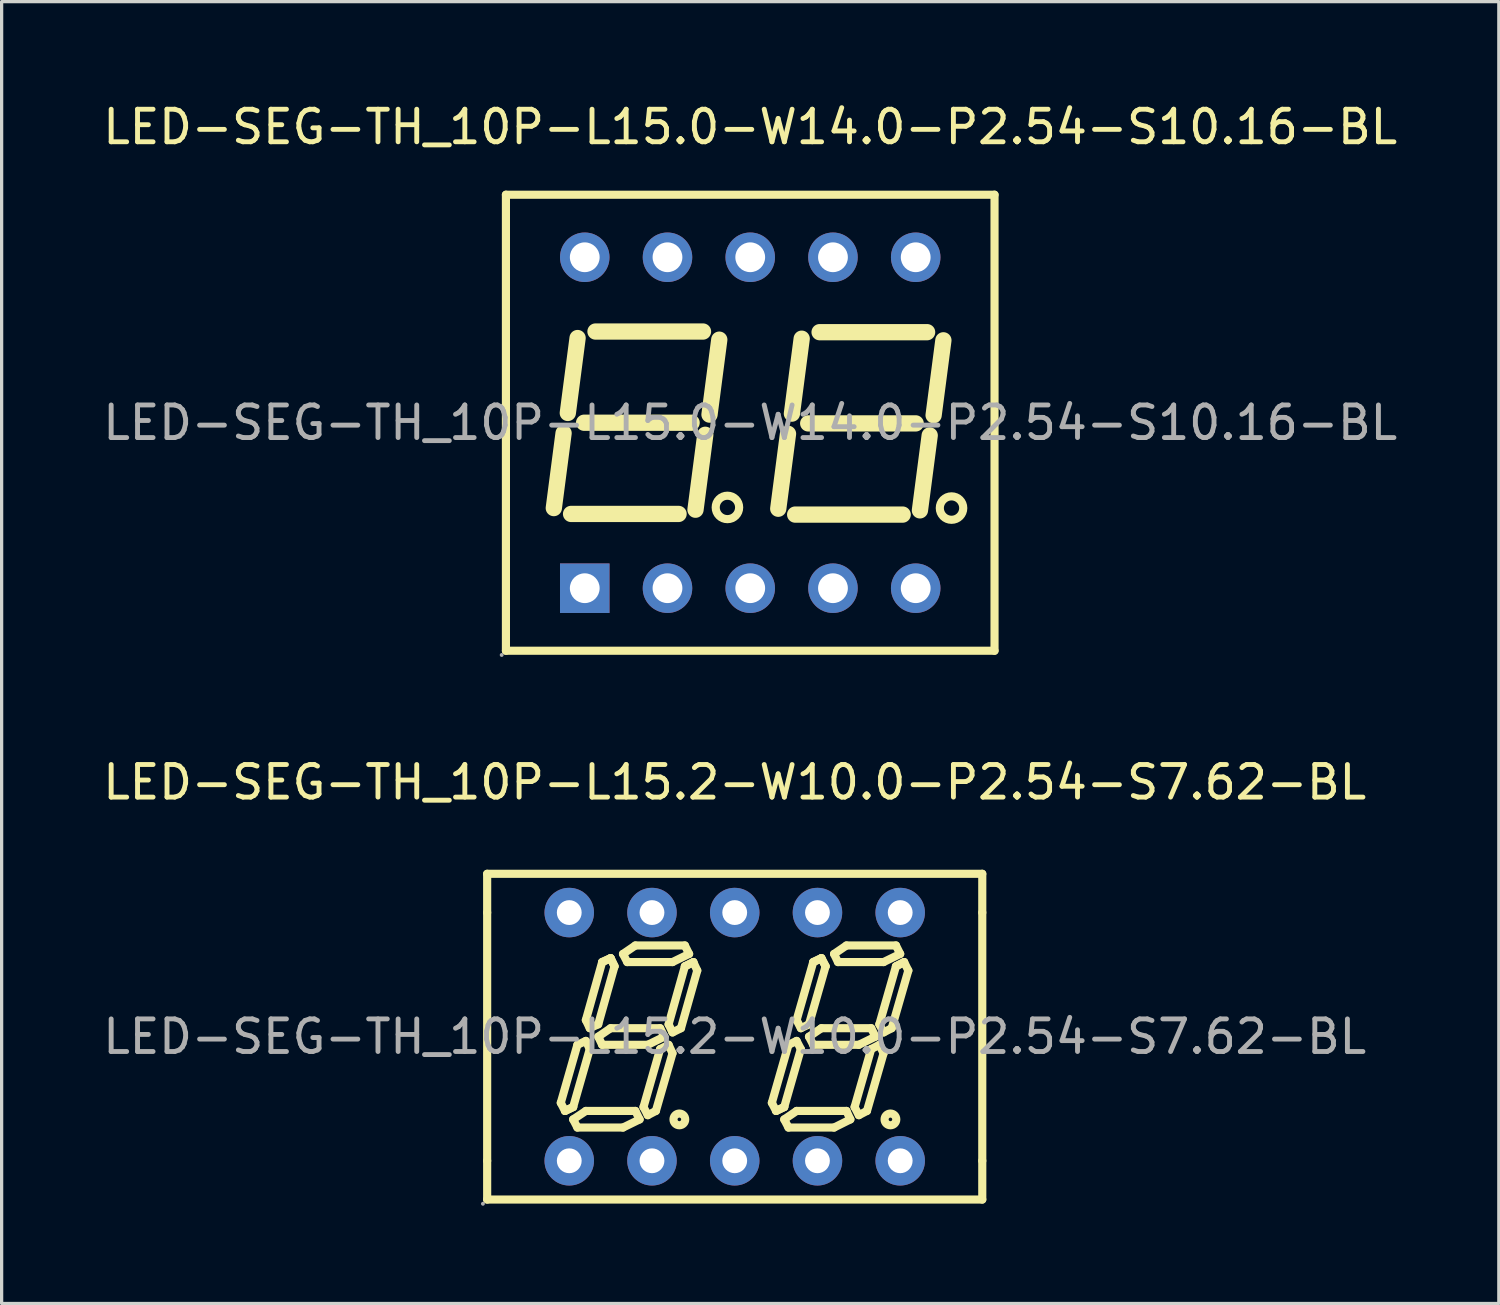
<source format=kicad_pcb>
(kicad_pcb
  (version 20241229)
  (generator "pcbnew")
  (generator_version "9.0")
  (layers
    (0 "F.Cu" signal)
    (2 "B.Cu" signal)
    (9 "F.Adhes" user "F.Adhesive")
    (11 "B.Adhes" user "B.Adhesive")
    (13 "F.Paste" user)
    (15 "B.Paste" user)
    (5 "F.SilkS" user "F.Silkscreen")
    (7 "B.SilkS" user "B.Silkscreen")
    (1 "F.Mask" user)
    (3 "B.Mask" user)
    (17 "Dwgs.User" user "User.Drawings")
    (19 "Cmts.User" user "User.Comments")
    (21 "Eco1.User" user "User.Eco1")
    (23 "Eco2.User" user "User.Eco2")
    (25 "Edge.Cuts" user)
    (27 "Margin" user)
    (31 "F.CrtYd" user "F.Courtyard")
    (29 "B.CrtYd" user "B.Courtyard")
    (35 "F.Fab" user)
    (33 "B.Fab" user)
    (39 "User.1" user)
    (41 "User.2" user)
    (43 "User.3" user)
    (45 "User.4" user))
  (footprint "LED-SEG-TH_10P-L15.0-W14.0-P2.54-S10.16-BL"
    (layer "F.Cu")
    (at 19.982 9.928)
    (property "Reference" "LED-SEG-TH_10P-L15.0-W14.0-P2.54-S10.16-BL" (at 0 -9.08 0) (layer "F.SilkS") (effects (font (size 1 1) (thickness 0.15))))
    (attr through_hole)
    (fp_line (start -7.5 -7) (end 7.5 -7) (stroke (width 0.25) (type solid)) (layer "F.SilkS"))
    (fp_line (start -7.5 7) (end -7.5 -7) (stroke (width 0.25) (type solid)) (layer "F.SilkS"))
    (fp_line (start -5.73 0.32) (end -6.03 2.62) (stroke (width 0.5) (type solid)) (layer "F.SilkS"))
    (fp_line (start -5.5 2.8) (end -2.2 2.8) (stroke (width 0.5) (type solid)) (layer "F.SilkS"))
    (fp_line (start -5.3 -2.6) (end -5.6 -0.3) (stroke (width 0.5) (type solid)) (layer "F.SilkS"))
    (fp_line (start -5.1 0) (end -1.8 0) (stroke (width 0.5) (type solid)) (layer "F.SilkS"))
    (fp_line (start -4.75 -2.8) (end -1.45 -2.8) (stroke (width 0.5) (type solid)) (layer "F.SilkS"))
    (fp_line (start -1.38 0.37) (end -1.68 2.67) (stroke (width 0.5) (type solid)) (layer "F.SilkS"))
    (fp_line (start -0.95 -2.55) (end -1.25 -0.25) (stroke (width 0.5) (type solid)) (layer "F.SilkS"))
    (fp_line (start 1.16 0.34) (end 0.86 2.64) (stroke (width 0.5) (type solid)) (layer "F.SilkS"))
    (fp_line (start 1.38 2.82) (end 4.68 2.82) (stroke (width 0.5) (type solid)) (layer "F.SilkS"))
    (fp_line (start 1.58 -2.58) (end 1.28 -0.28) (stroke (width 0.5) (type solid)) (layer "F.SilkS"))
    (fp_line (start 1.78 0.02) (end 5.08 0.02) (stroke (width 0.5) (type solid)) (layer "F.SilkS"))
    (fp_line (start 2.13 -2.78) (end 5.43 -2.78) (stroke (width 0.5) (type solid)) (layer "F.SilkS"))
    (fp_line (start 5.51 0.39) (end 5.21 2.69) (stroke (width 0.5) (type solid)) (layer "F.SilkS"))
    (fp_line (start 5.93 -2.53) (end 5.63 -0.23) (stroke (width 0.5) (type solid)) (layer "F.SilkS"))
    (fp_line (start 7.5 -7) (end 7.5 7) (stroke (width 0.25) (type solid)) (layer "F.SilkS"))
    (fp_line (start 7.5 7) (end -7.5 7) (stroke (width 0.25) (type solid)) (layer "F.SilkS"))
    (fp_circle (center -0.7 2.6) (end -0.34 2.6) (stroke (width 0.25) (type solid)) (fill no) (layer "F.SilkS"))
    (fp_circle (center 6.18 2.62) (end 6.54 2.62) (stroke (width 0.25) (type solid)) (fill no) (layer "F.SilkS"))
    (fp_circle (center -7.63 7.13) (end -7.6 7.13) (stroke (width 0.06) (type solid)) (fill no) (layer "F.Fab"))
    (fp_circle (center -5.08 -5.08) (end -4.9 -5.08) (stroke (width 0.36) (type solid)) (fill no) (layer "F.Fab"))
    (fp_circle (center -5.08 5.08) (end -4.9 5.08) (stroke (width 0.36) (type solid)) (fill no) (layer "F.Fab"))
    (fp_circle (center -2.54 -5.08) (end -2.36 -5.08) (stroke (width 0.36) (type solid)) (fill no) (layer "F.Fab"))
    (fp_circle (center -2.54 5.08) (end -2.36 5.08) (stroke (width 0.36) (type solid)) (fill no) (layer "F.Fab"))
    (fp_circle (center 0 -5.08) (end 0.18 -5.08) (stroke (width 0.36) (type solid)) (fill no) (layer "F.Fab"))
    (fp_circle (center 0 5.08) (end 0.18 5.08) (stroke (width 0.36) (type solid)) (fill no) (layer "F.Fab"))
    (fp_circle (center 2.54 -5.08) (end 2.72 -5.08) (stroke (width 0.36) (type solid)) (fill no) (layer "F.Fab"))
    (fp_circle (center 2.54 5.08) (end 2.72 5.08) (stroke (width 0.36) (type solid)) (fill no) (layer "F.Fab"))
    (fp_circle (center 5.08 -5.08) (end 5.26 -5.08) (stroke (width 0.36) (type solid)) (fill no) (layer "F.Fab"))
    (fp_circle (center 5.08 5.08) (end 5.26 5.08) (stroke (width 0.36) (type solid)) (fill no) (layer "F.Fab"))
    (fp_text user "${REFERENCE}" (at 0 0 0) (layer "F.Fab") (effects (font (size 1 1) (thickness 0.15))))
    (pad "1" thru_hole rect (at -5.08 5.08) (size 1.52 1.52) (drill 0.914) (layers "*.Cu" "*.Paste" "*.Mask"))
    (pad "2" thru_hole circle (at -2.54 5.08) (size 1.52 1.52) (drill 0.914) (layers "*.Cu" "*.Paste" "*.Mask"))
    (pad "3" thru_hole circle (at 0 5.08) (size 1.52 1.52) (drill 0.914) (layers "*.Cu" "*.Paste" "*.Mask"))
    (pad "4" thru_hole circle (at 2.54 5.08) (size 1.52 1.52) (drill 0.914) (layers "*.Cu" "*.Paste" "*.Mask"))
    (pad "5" thru_hole circle (at 5.08 5.08) (size 1.52 1.52) (drill 0.914) (layers "*.Cu" "*.Paste" "*.Mask"))
    (pad "6" thru_hole circle (at 5.08 -5.08) (size 1.52 1.52) (drill 0.914) (layers "*.Cu" "*.Paste" "*.Mask"))
    (pad "7" thru_hole circle (at 2.54 -5.08) (size 1.52 1.52) (drill 0.914) (layers "*.Cu" "*.Paste" "*.Mask"))
    (pad "8" thru_hole circle (at 0 -5.08) (size 1.52 1.52) (drill 0.914) (layers "*.Cu" "*.Paste" "*.Mask"))
    (pad "9" thru_hole circle (at -2.54 -5.08) (size 1.52 1.52) (drill 0.914) (layers "*.Cu" "*.Paste" "*.Mask"))
    (pad "10" thru_hole circle (at -5.08 -5.08) (size 1.52 1.52) (drill 0.914) (layers "*.Cu" "*.Paste" "*.Mask")))
  (footprint "LED-SEG-TH_10P-L15.2-W10.0-P2.54-S7.62-BL"
    (layer "F.Cu")
    (at 19.506 28.776)
    (property "Reference" "LED-SEG-TH_10P-L15.2-W10.0-P2.54-S7.62-BL" (at 0 -7.81 0) (layer "F.SilkS") (effects (font (size 1 1) (thickness 0.15))))
    (attr through_hole)
    (fp_line (start -7.6 -5) (end 7.6 -5) (stroke (width 0.25) (type solid)) (layer "F.SilkS"))
    (fp_line (start -7.6 -3.81) (end -7.6 -5) (stroke (width 0.25) (type solid)) (layer "F.SilkS"))
    (fp_line (start -7.6 3.81) (end -7.6 -3.81) (stroke (width 0.25) (type solid)) (layer "F.SilkS"))
    (fp_line (start -7.6 5) (end -7.6 3.81) (stroke (width 0.25) (type solid)) (layer "F.SilkS"))
    (fp_line (start -5.34 2.03) (end -5.21 2.28) (stroke (width 0.25) (type solid)) (layer "F.SilkS"))
    (fp_line (start -5.21 2.28) (end -4.96 2.16) (stroke (width 0.25) (type solid)) (layer "F.SilkS"))
    (fp_line (start -5.21 2.28) (end -4.96 2.16) (stroke (width 0.25) (type solid)) (layer "F.SilkS"))
    (fp_line (start -4.96 2.16) (end -4.45 0.38) (stroke (width 0.25) (type solid)) (layer "F.SilkS"))
    (fp_line (start -4.96 2.54) (end -4.57 2.28) (stroke (width 0.25) (type solid)) (layer "F.SilkS"))
    (fp_line (start -4.83 0.25) (end -5.34 2.03) (stroke (width 0.25) (type solid)) (layer "F.SilkS"))
    (fp_line (start -4.83 2.79) (end -4.96 2.54) (stroke (width 0.25) (type solid)) (layer "F.SilkS"))
    (fp_line (start -4.57 -0.51) (end -4.45 -0.26) (stroke (width 0.25) (type solid)) (layer "F.SilkS"))
    (fp_line (start -4.57 0.13) (end -4.83 0.25) (stroke (width 0.25) (type solid)) (layer "F.SilkS"))
    (fp_line (start -4.57 2.28) (end -3.05 2.28) (stroke (width 0.25) (type solid)) (layer "F.SilkS"))
    (fp_line (start -4.45 -0.26) (end -4.19 -0.38) (stroke (width 0.25) (type solid)) (layer "F.SilkS"))
    (fp_line (start -4.45 0.38) (end -4.57 0.13) (stroke (width 0.25) (type solid)) (layer "F.SilkS"))
    (fp_line (start -4.19 -0.38) (end -3.69 -2.16) (stroke (width 0.25) (type solid)) (layer "F.SilkS"))
    (fp_line (start -4.19 0) (end -3.81 -0.26) (stroke (width 0.25) (type solid)) (layer "F.SilkS"))
    (fp_line (start -4.07 -2.29) (end -4.57 -0.51) (stroke (width 0.25) (type solid)) (layer "F.SilkS"))
    (fp_line (start -4.07 0.25) (end -4.19 0) (stroke (width 0.25) (type solid)) (layer "F.SilkS"))
    (fp_line (start -3.81 -2.41) (end -4.07 -2.29) (stroke (width 0.25) (type solid)) (layer "F.SilkS"))
    (fp_line (start -3.81 -2.41) (end -4.07 -2.29) (stroke (width 0.25) (type solid)) (layer "F.SilkS"))
    (fp_line (start -3.81 -0.26) (end -2.29 -0.26) (stroke (width 0.25) (type solid)) (layer "F.SilkS"))
    (fp_line (start -3.69 -2.16) (end -3.81 -2.41) (stroke (width 0.25) (type solid)) (layer "F.SilkS"))
    (fp_line (start -3.69 -2.16) (end -3.81 -2.41) (stroke (width 0.25) (type solid)) (layer "F.SilkS"))
    (fp_line (start -3.43 -2.54) (end -3.05 -2.8) (stroke (width 0.25) (type solid)) (layer "F.SilkS"))
    (fp_line (start -3.43 2.79) (end -4.83 2.79) (stroke (width 0.25) (type solid)) (layer "F.SilkS"))
    (fp_line (start -3.3 -2.29) (end -3.43 -2.54) (stroke (width 0.25) (type solid)) (layer "F.SilkS"))
    (fp_line (start -3.05 -2.8) (end -1.53 -2.8) (stroke (width 0.25) (type solid)) (layer "F.SilkS"))
    (fp_line (start -3.05 2.28) (end -2.92 2.54) (stroke (width 0.25) (type solid)) (layer "F.SilkS"))
    (fp_line (start -2.92 2.54) (end -3.43 2.79) (stroke (width 0.25) (type solid)) (layer "F.SilkS"))
    (fp_line (start -2.8 2.16) (end -2.67 2.41) (stroke (width 0.25) (type solid)) (layer "F.SilkS"))
    (fp_line (start -2.67 0.25) (end -4.07 0.25) (stroke (width 0.25) (type solid)) (layer "F.SilkS"))
    (fp_line (start -2.67 2.41) (end -2.42 2.28) (stroke (width 0.25) (type solid)) (layer "F.SilkS"))
    (fp_line (start -2.42 2.28) (end -1.91 0.51) (stroke (width 0.25) (type solid)) (layer "F.SilkS"))
    (fp_line (start -2.29 -0.26) (end -2.16 0) (stroke (width 0.25) (type solid)) (layer "F.SilkS"))
    (fp_line (start -2.29 0.38) (end -2.8 2.16) (stroke (width 0.25) (type solid)) (layer "F.SilkS"))
    (fp_line (start -2.16 0) (end -2.67 0.25) (stroke (width 0.25) (type solid)) (layer "F.SilkS"))
    (fp_line (start -2.03 -0.38) (end -1.91 -0.13) (stroke (width 0.25) (type solid)) (layer "F.SilkS"))
    (fp_line (start -2.03 0.25) (end -2.29 0.38) (stroke (width 0.25) (type solid)) (layer "F.SilkS"))
    (fp_line (start -1.91 -2.29) (end -3.3 -2.29) (stroke (width 0.25) (type solid)) (layer "F.SilkS"))
    (fp_line (start -1.91 -0.13) (end -1.65 -0.26) (stroke (width 0.25) (type solid)) (layer "F.SilkS"))
    (fp_line (start -1.91 0.51) (end -2.03 0.25) (stroke (width 0.25) (type solid)) (layer "F.SilkS"))
    (fp_line (start -1.65 -0.26) (end -1.15 -2.03) (stroke (width 0.25) (type solid)) (layer "F.SilkS"))
    (fp_line (start -1.53 -2.8) (end -1.4 -2.54) (stroke (width 0.25) (type solid)) (layer "F.SilkS"))
    (fp_line (start -1.53 -2.16) (end -2.03 -0.38) (stroke (width 0.25) (type solid)) (layer "F.SilkS"))
    (fp_line (start -1.53 -2.16) (end -1.27 -2.29) (stroke (width 0.25) (type solid)) (layer "F.SilkS"))
    (fp_line (start -1.4 -2.54) (end -1.91 -2.29) (stroke (width 0.25) (type solid)) (layer "F.SilkS"))
    (fp_line (start -1.27 -2.29) (end -1.53 -2.16) (stroke (width 0.25) (type solid)) (layer "F.SilkS"))
    (fp_line (start -1.15 -2.03) (end -1.27 -2.29) (stroke (width 0.25) (type solid)) (layer "F.SilkS"))
    (fp_line (start 1.14 2.03) (end 1.27 2.28) (stroke (width 0.25) (type solid)) (layer "F.SilkS"))
    (fp_line (start 1.27 2.28) (end 1.52 2.16) (stroke (width 0.25) (type solid)) (layer "F.SilkS"))
    (fp_line (start 1.27 2.28) (end 1.52 2.16) (stroke (width 0.25) (type solid)) (layer "F.SilkS"))
    (fp_line (start 1.52 2.16) (end 2.03 0.38) (stroke (width 0.25) (type solid)) (layer "F.SilkS"))
    (fp_line (start 1.52 2.54) (end 1.9 2.28) (stroke (width 0.25) (type solid)) (layer "F.SilkS"))
    (fp_line (start 1.65 0.25) (end 1.14 2.03) (stroke (width 0.25) (type solid)) (layer "F.SilkS"))
    (fp_line (start 1.65 2.79) (end 1.52 2.54) (stroke (width 0.25) (type solid)) (layer "F.SilkS"))
    (fp_line (start 1.9 -0.51) (end 2.03 -0.26) (stroke (width 0.25) (type solid)) (layer "F.SilkS"))
    (fp_line (start 1.9 0.13) (end 1.65 0.25) (stroke (width 0.25) (type solid)) (layer "F.SilkS"))
    (fp_line (start 1.9 2.28) (end 3.43 2.28) (stroke (width 0.25) (type solid)) (layer "F.SilkS"))
    (fp_line (start 2.03 -0.26) (end 2.28 -0.38) (stroke (width 0.25) (type solid)) (layer "F.SilkS"))
    (fp_line (start 2.03 0.38) (end 1.9 0.13) (stroke (width 0.25) (type solid)) (layer "F.SilkS"))
    (fp_line (start 2.28 -0.38) (end 2.79 -2.16) (stroke (width 0.25) (type solid)) (layer "F.SilkS"))
    (fp_line (start 2.28 0) (end 2.66 -0.26) (stroke (width 0.25) (type solid)) (layer "F.SilkS"))
    (fp_line (start 2.41 -2.29) (end 1.9 -0.51) (stroke (width 0.25) (type solid)) (layer "F.SilkS"))
    (fp_line (start 2.41 -2.29) (end 2.66 -2.41) (stroke (width 0.25) (type solid)) (layer "F.SilkS"))
    (fp_line (start 2.41 0.25) (end 2.28 0) (stroke (width 0.25) (type solid)) (layer "F.SilkS"))
    (fp_line (start 2.66 -2.41) (end 2.41 -2.29) (stroke (width 0.25) (type solid)) (layer "F.SilkS"))
    (fp_line (start 2.66 -2.41) (end 2.79 -2.16) (stroke (width 0.25) (type solid)) (layer "F.SilkS"))
    (fp_line (start 2.66 -0.26) (end 4.19 -0.26) (stroke (width 0.25) (type solid)) (layer "F.SilkS"))
    (fp_line (start 2.79 -2.16) (end 2.66 -2.41) (stroke (width 0.25) (type solid)) (layer "F.SilkS"))
    (fp_line (start 3.05 -2.54) (end 3.43 -2.8) (stroke (width 0.25) (type solid)) (layer "F.SilkS"))
    (fp_line (start 3.05 2.79) (end 1.65 2.79) (stroke (width 0.25) (type solid)) (layer "F.SilkS"))
    (fp_line (start 3.17 -2.29) (end 3.05 -2.54) (stroke (width 0.25) (type solid)) (layer "F.SilkS"))
    (fp_line (start 3.43 -2.8) (end 4.95 -2.8) (stroke (width 0.25) (type solid)) (layer "F.SilkS"))
    (fp_line (start 3.43 2.28) (end 3.55 2.54) (stroke (width 0.25) (type solid)) (layer "F.SilkS"))
    (fp_line (start 3.55 2.54) (end 3.05 2.79) (stroke (width 0.25) (type solid)) (layer "F.SilkS"))
    (fp_line (start 3.68 2.16) (end 3.81 2.41) (stroke (width 0.25) (type solid)) (layer "F.SilkS"))
    (fp_line (start 3.81 0.25) (end 2.41 0.25) (stroke (width 0.25) (type solid)) (layer "F.SilkS"))
    (fp_line (start 3.81 2.41) (end 4.06 2.28) (stroke (width 0.25) (type solid)) (layer "F.SilkS"))
    (fp_line (start 4.06 2.28) (end 4.57 0.51) (stroke (width 0.25) (type solid)) (layer "F.SilkS"))
    (fp_line (start 4.19 -0.26) (end 4.32 0) (stroke (width 0.25) (type solid)) (layer "F.SilkS"))
    (fp_line (start 4.19 0.38) (end 3.68 2.16) (stroke (width 0.25) (type solid)) (layer "F.SilkS"))
    (fp_line (start 4.32 0) (end 3.81 0.25) (stroke (width 0.25) (type solid)) (layer "F.SilkS"))
    (fp_line (start 4.44 -0.38) (end 4.95 -2.16) (stroke (width 0.25) (type solid)) (layer "F.SilkS"))
    (fp_line (start 4.44 0.25) (end 4.19 0.38) (stroke (width 0.25) (type solid)) (layer "F.SilkS"))
    (fp_line (start 4.57 -2.29) (end 3.17 -2.29) (stroke (width 0.25) (type solid)) (layer "F.SilkS"))
    (fp_line (start 4.57 -0.13) (end 4.44 -0.38) (stroke (width 0.25) (type solid)) (layer "F.SilkS"))
    (fp_line (start 4.57 0.51) (end 4.44 0.25) (stroke (width 0.25) (type solid)) (layer "F.SilkS"))
    (fp_line (start 4.82 -0.26) (end 4.57 -0.13) (stroke (width 0.25) (type solid)) (layer "F.SilkS"))
    (fp_line (start 4.95 -2.8) (end 5.08 -2.54) (stroke (width 0.25) (type solid)) (layer "F.SilkS"))
    (fp_line (start 4.95 -2.16) (end 5.2 -2.29) (stroke (width 0.25) (type solid)) (layer "F.SilkS"))
    (fp_line (start 5.08 -2.54) (end 4.57 -2.29) (stroke (width 0.25) (type solid)) (layer "F.SilkS"))
    (fp_line (start 5.2 -2.29) (end 4.95 -2.16) (stroke (width 0.25) (type solid)) (layer "F.SilkS"))
    (fp_line (start 5.2 -2.29) (end 5.33 -2.03) (stroke (width 0.25) (type solid)) (layer "F.SilkS"))
    (fp_line (start 5.33 -2.03) (end 4.82 -0.26) (stroke (width 0.25) (type solid)) (layer "F.SilkS"))
    (fp_line (start 7.6 -5) (end 7.6 -3.81) (stroke (width 0.25) (type solid)) (layer "F.SilkS"))
    (fp_line (start 7.6 -3.81) (end 7.6 3.81) (stroke (width 0.25) (type solid)) (layer "F.SilkS"))
    (fp_line (start 7.6 3.81) (end 7.6 5) (stroke (width 0.25) (type solid)) (layer "F.SilkS"))
    (fp_line (start 7.6 5) (end -7.6 5) (stroke (width 0.25) (type solid)) (layer "F.SilkS"))
    (fp_arc (start -1.7 2.36) (mid -1.695006 2.719931) (end -1.709985 2.360277) (stroke (width 0.25) (type solid)) (layer "F.SilkS"))
    (fp_arc (start 4.78 2.36) (mid 4.784994 2.719931) (end 4.770015 2.360277) (stroke (width 0.25) (type solid)) (layer "F.SilkS"))
    (fp_circle (center -7.73 5.13) (end -7.7 5.13) (stroke (width 0.06) (type solid)) (fill no) (layer "F.Fab"))
    (fp_circle (center -5.08 -3.81) (end -4.94 -3.81) (stroke (width 0.28) (type solid)) (fill no) (layer "F.Fab"))
    (fp_circle (center -5.08 3.81) (end -4.94 3.81) (stroke (width 0.28) (type solid)) (fill no) (layer "F.Fab"))
    (fp_circle (center -2.54 -3.81) (end -2.4 -3.81) (stroke (width 0.28) (type solid)) (fill no) (layer "F.Fab"))
    (fp_circle (center -2.54 3.81) (end -2.4 3.81) (stroke (width 0.28) (type solid)) (fill no) (layer "F.Fab"))
    (fp_circle (center 0 -3.81) (end 0.14 -3.81) (stroke (width 0.28) (type solid)) (fill no) (layer "F.Fab"))
    (fp_circle (center 0 3.81) (end 0.14 3.81) (stroke (width 0.28) (type solid)) (fill no) (layer "F.Fab"))
    (fp_circle (center 2.54 -3.81) (end 2.68 -3.81) (stroke (width 0.28) (type solid)) (fill no) (layer "F.Fab"))
    (fp_circle (center 2.54 3.81) (end 2.68 3.81) (stroke (width 0.28) (type solid)) (fill no) (layer "F.Fab"))
    (fp_circle (center 5.08 -3.81) (end 5.22 -3.81) (stroke (width 0.28) (type solid)) (fill no) (layer "F.Fab"))
    (fp_circle (center 5.08 3.81) (end 5.22 3.81) (stroke (width 0.28) (type solid)) (fill no) (layer "F.Fab"))
    (fp_text user "${REFERENCE}" (at 0 0 0) (layer "F.Fab") (effects (font (size 1 1) (thickness 0.15))))
    (pad "1" thru_hole circle (at -5.08 3.81) (size 1.52 1.52) (drill 0.762) (layers "*.Cu" "*.Paste" "*.Mask"))
    (pad "2" thru_hole circle (at -2.54 3.81) (size 1.52 1.52) (drill 0.762) (layers "*.Cu" "*.Paste" "*.Mask"))
    (pad "3" thru_hole circle (at 0 3.81) (size 1.52 1.52) (drill 0.762) (layers "*.Cu" "*.Paste" "*.Mask"))
    (pad "4" thru_hole circle (at 2.54 3.81) (size 1.52 1.52) (drill 0.762) (layers "*.Cu" "*.Paste" "*.Mask"))
    (pad "5" thru_hole circle (at 5.08 3.81) (size 1.52 1.52) (drill 0.762) (layers "*.Cu" "*.Paste" "*.Mask"))
    (pad "6" thru_hole circle (at 5.08 -3.81) (size 1.52 1.52) (drill 0.762) (layers "*.Cu" "*.Paste" "*.Mask"))
    (pad "7" thru_hole circle (at 2.54 -3.81) (size 1.52 1.52) (drill 0.762) (layers "*.Cu" "*.Paste" "*.Mask"))
    (pad "8" thru_hole circle (at 0 -3.81) (size 1.52 1.52) (drill 0.762) (layers "*.Cu" "*.Paste" "*.Mask"))
    (pad "9" thru_hole circle (at -2.54 -3.81) (size 1.52 1.52) (drill 0.762) (layers "*.Cu" "*.Paste" "*.Mask"))
    (pad "10" thru_hole circle (at -5.08 -3.81) (size 1.52 1.52) (drill 0.762) (layers "*.Cu" "*.Paste" "*.Mask")))
  (gr_rect
    (start -3 -3)
    (end 42.964 36.967)
    (stroke (width 0.1) (type default))
    (fill no)
    (layer "Edge.Cuts")))
</source>
